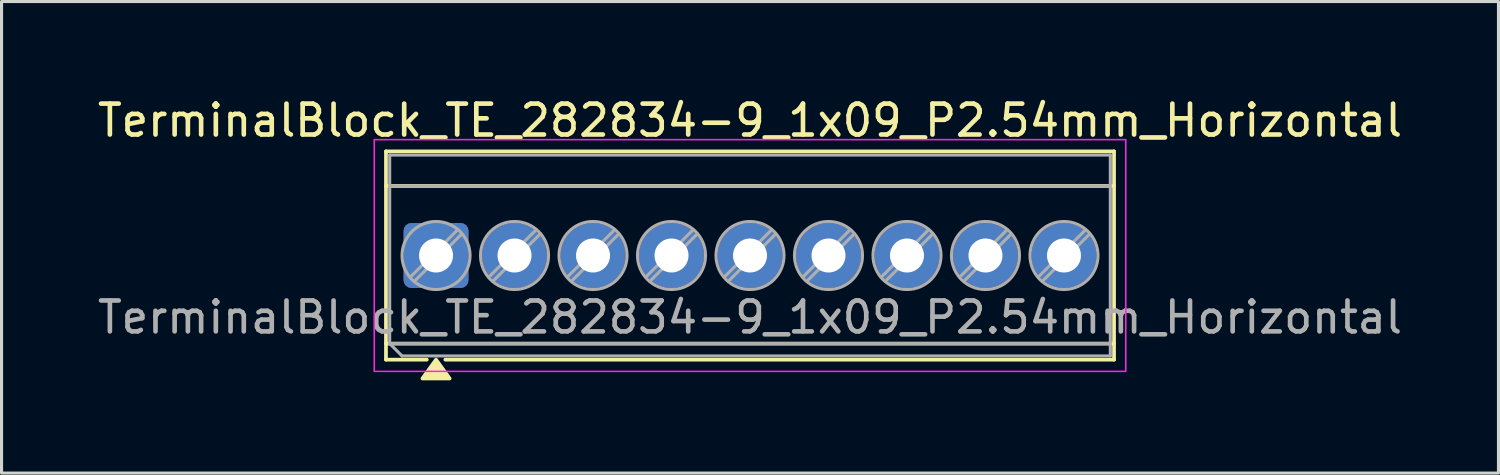
<source format=kicad_pcb>
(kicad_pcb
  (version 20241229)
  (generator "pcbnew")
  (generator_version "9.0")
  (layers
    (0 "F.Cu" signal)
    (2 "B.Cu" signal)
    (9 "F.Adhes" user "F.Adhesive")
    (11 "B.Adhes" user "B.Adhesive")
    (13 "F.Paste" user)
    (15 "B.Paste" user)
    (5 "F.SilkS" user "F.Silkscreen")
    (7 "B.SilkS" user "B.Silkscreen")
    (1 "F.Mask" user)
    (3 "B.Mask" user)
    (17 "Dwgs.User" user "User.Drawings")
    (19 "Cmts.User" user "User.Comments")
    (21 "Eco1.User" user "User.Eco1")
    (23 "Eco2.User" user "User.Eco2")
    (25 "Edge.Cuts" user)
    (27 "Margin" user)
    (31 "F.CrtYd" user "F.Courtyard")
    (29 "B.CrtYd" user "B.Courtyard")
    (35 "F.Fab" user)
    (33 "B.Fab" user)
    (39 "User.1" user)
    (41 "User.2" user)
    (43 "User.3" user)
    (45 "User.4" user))
  (footprint "TerminalBlock_TE_282834-9_1x09_P2.54mm_Horizontal"
    (layer "F.Cu")
    (at 11.06 5.218)
    (property "Reference" "TerminalBlock_TE_282834-9_1x09_P2.54mm_Horizontal" (at 10.16 -4.37 0) (layer "F.SilkS") (effects (font (size 1 1) (thickness 0.15))))
    (attr through_hole)
    (fp_line (start -1.62 -3.37) (end 21.94 -3.37) (stroke (width 0.12) (type solid)) (layer "F.SilkS"))
    (fp_line (start -1.62 -2.25) (end 21.94 -2.25) (stroke (width 0.12) (type solid)) (layer "F.SilkS"))
    (fp_line (start -1.62 2.85) (end 21.94 2.85) (stroke (width 0.12) (type solid)) (layer "F.SilkS"))
    (fp_line (start -1.62 3.37) (end -1.62 -3.37) (stroke (width 0.12) (type solid)) (layer "F.SilkS"))
    (fp_line (start -0.3 3.37) (end -1.62 3.37) (stroke (width 0.12) (type solid)) (layer "F.SilkS"))
    (fp_line (start 21.94 -3.37) (end 21.94 3.37) (stroke (width 0.12) (type solid)) (layer "F.SilkS"))
    (fp_line (start 21.94 3.37) (end 0.3 3.37) (stroke (width 0.12) (type solid)) (layer "F.SilkS"))
    (fp_poly (pts (xy 0 3.37) (xy 0.44 3.98) (xy -0.44 3.98)) (stroke (width 0.12) (type solid)) (fill yes) (layer "F.SilkS"))
    (fp_rect (start -2 -3.75) (end 22.32 3.75) (stroke (width 0.05) (type solid)) (fill no) (layer "F.CrtYd"))
    (fp_line (start -1.5 -3.25) (end 21.82 -3.25) (stroke (width 0.1) (type solid)) (layer "F.Fab"))
    (fp_line (start -1.5 -2.25) (end 21.82 -2.25) (stroke (width 0.1) (type solid)) (layer "F.Fab"))
    (fp_line (start -1.5 2.85) (end -1.5 -3.25) (stroke (width 0.1) (type solid)) (layer "F.Fab"))
    (fp_line (start -1.5 2.85) (end 21.82 2.85) (stroke (width 0.1) (type solid)) (layer "F.Fab"))
    (fp_line (start -1.1 3.25) (end -1.5 2.85) (stroke (width 0.1) (type solid)) (layer "F.Fab"))
    (fp_line (start 0.7 -0.834) (end -0.834 0.7) (stroke (width 0.1) (type solid)) (layer "F.Fab"))
    (fp_line (start 0.834 -0.7) (end -0.7 0.834) (stroke (width 0.1) (type solid)) (layer "F.Fab"))
    (fp_line (start 3.24 -0.834) (end 1.706 0.7) (stroke (width 0.1) (type solid)) (layer "F.Fab"))
    (fp_line (start 3.374 -0.7) (end 1.84 0.834) (stroke (width 0.1) (type solid)) (layer "F.Fab"))
    (fp_line (start 5.78 -0.834) (end 4.246 0.7) (stroke (width 0.1) (type solid)) (layer "F.Fab"))
    (fp_line (start 5.914 -0.7) (end 4.38 0.834) (stroke (width 0.1) (type solid)) (layer "F.Fab"))
    (fp_line (start 8.32 -0.834) (end 6.786 0.7) (stroke (width 0.1) (type solid)) (layer "F.Fab"))
    (fp_line (start 8.454 -0.7) (end 6.92 0.834) (stroke (width 0.1) (type solid)) (layer "F.Fab"))
    (fp_line (start 10.86 -0.834) (end 9.326 0.7) (stroke (width 0.1) (type solid)) (layer "F.Fab"))
    (fp_line (start 10.994 -0.7) (end 9.46 0.834) (stroke (width 0.1) (type solid)) (layer "F.Fab"))
    (fp_line (start 13.4 -0.834) (end 11.866 0.7) (stroke (width 0.1) (type solid)) (layer "F.Fab"))
    (fp_line (start 13.534 -0.7) (end 12 0.834) (stroke (width 0.1) (type solid)) (layer "F.Fab"))
    (fp_line (start 15.94 -0.834) (end 14.406 0.7) (stroke (width 0.1) (type solid)) (layer "F.Fab"))
    (fp_line (start 16.074 -0.7) (end 14.54 0.834) (stroke (width 0.1) (type solid)) (layer "F.Fab"))
    (fp_line (start 18.48 -0.834) (end 16.946 0.7) (stroke (width 0.1) (type solid)) (layer "F.Fab"))
    (fp_line (start 18.614 -0.7) (end 17.08 0.834) (stroke (width 0.1) (type solid)) (layer "F.Fab"))
    (fp_line (start 21.02 -0.834) (end 19.486 0.7) (stroke (width 0.1) (type solid)) (layer "F.Fab"))
    (fp_line (start 21.154 -0.7) (end 19.62 0.834) (stroke (width 0.1) (type solid)) (layer "F.Fab"))
    (fp_line (start 21.82 -3.25) (end 21.82 3.25) (stroke (width 0.1) (type solid)) (layer "F.Fab"))
    (fp_line (start 21.82 3.25) (end -1.1 3.25) (stroke (width 0.1) (type solid)) (layer "F.Fab"))
    (fp_circle (center 0 0) (end 1.1 0) (stroke (width 0.1) (type solid)) (fill no) (layer "F.Fab"))
    (fp_circle (center 2.54 0) (end 3.64 0) (stroke (width 0.1) (type solid)) (fill no) (layer "F.Fab"))
    (fp_circle (center 5.08 0) (end 6.18 0) (stroke (width 0.1) (type solid)) (fill no) (layer "F.Fab"))
    (fp_circle (center 7.62 0) (end 8.72 0) (stroke (width 0.1) (type solid)) (fill no) (layer "F.Fab"))
    (fp_circle (center 10.16 0) (end 11.26 0) (stroke (width 0.1) (type solid)) (fill no) (layer "F.Fab"))
    (fp_circle (center 12.7 0) (end 13.8 0) (stroke (width 0.1) (type solid)) (fill no) (layer "F.Fab"))
    (fp_circle (center 15.24 0) (end 16.34 0) (stroke (width 0.1) (type solid)) (fill no) (layer "F.Fab"))
    (fp_circle (center 17.78 0) (end 18.88 0) (stroke (width 0.1) (type solid)) (fill no) (layer "F.Fab"))
    (fp_circle (center 20.32 0) (end 21.42 0) (stroke (width 0.1) (type solid)) (fill no) (layer "F.Fab"))
    (fp_text user "${REFERENCE}" (at 10.16 2 0) (layer "F.Fab") (effects (font (size 1 1) (thickness 0.15))))
    (pad "1" thru_hole roundrect (at 0 0) (size 2.1 2.1) (drill 1.1) (layers "*.Cu" "*.Mask") (roundrect_rratio 0.119))
    (pad "2" thru_hole circle (at 2.54 0) (size 2.1 2.1) (drill 1.1) (layers "*.Cu" "*.Mask"))
    (pad "3" thru_hole circle (at 5.08 0) (size 2.1 2.1) (drill 1.1) (layers "*.Cu" "*.Mask"))
    (pad "4" thru_hole circle (at 7.62 0) (size 2.1 2.1) (drill 1.1) (layers "*.Cu" "*.Mask"))
    (pad "5" thru_hole circle (at 10.16 0) (size 2.1 2.1) (drill 1.1) (layers "*.Cu" "*.Mask"))
    (pad "6" thru_hole circle (at 12.7 0) (size 2.1 2.1) (drill 1.1) (layers "*.Cu" "*.Mask"))
    (pad "7" thru_hole circle (at 15.24 0) (size 2.1 2.1) (drill 1.1) (layers "*.Cu" "*.Mask"))
    (pad "8" thru_hole circle (at 17.78 0) (size 2.1 2.1) (drill 1.1) (layers "*.Cu" "*.Mask"))
    (pad "9" thru_hole circle (at 20.32 0) (size 2.1 2.1) (drill 1.1) (layers "*.Cu" "*.Mask")))
  (gr_rect
    (start -3 -3)
    (end 45.44 12.258)
    (stroke (width 0.1) (type default))
    (fill no)
    (layer "Edge.Cuts")))
</source>
